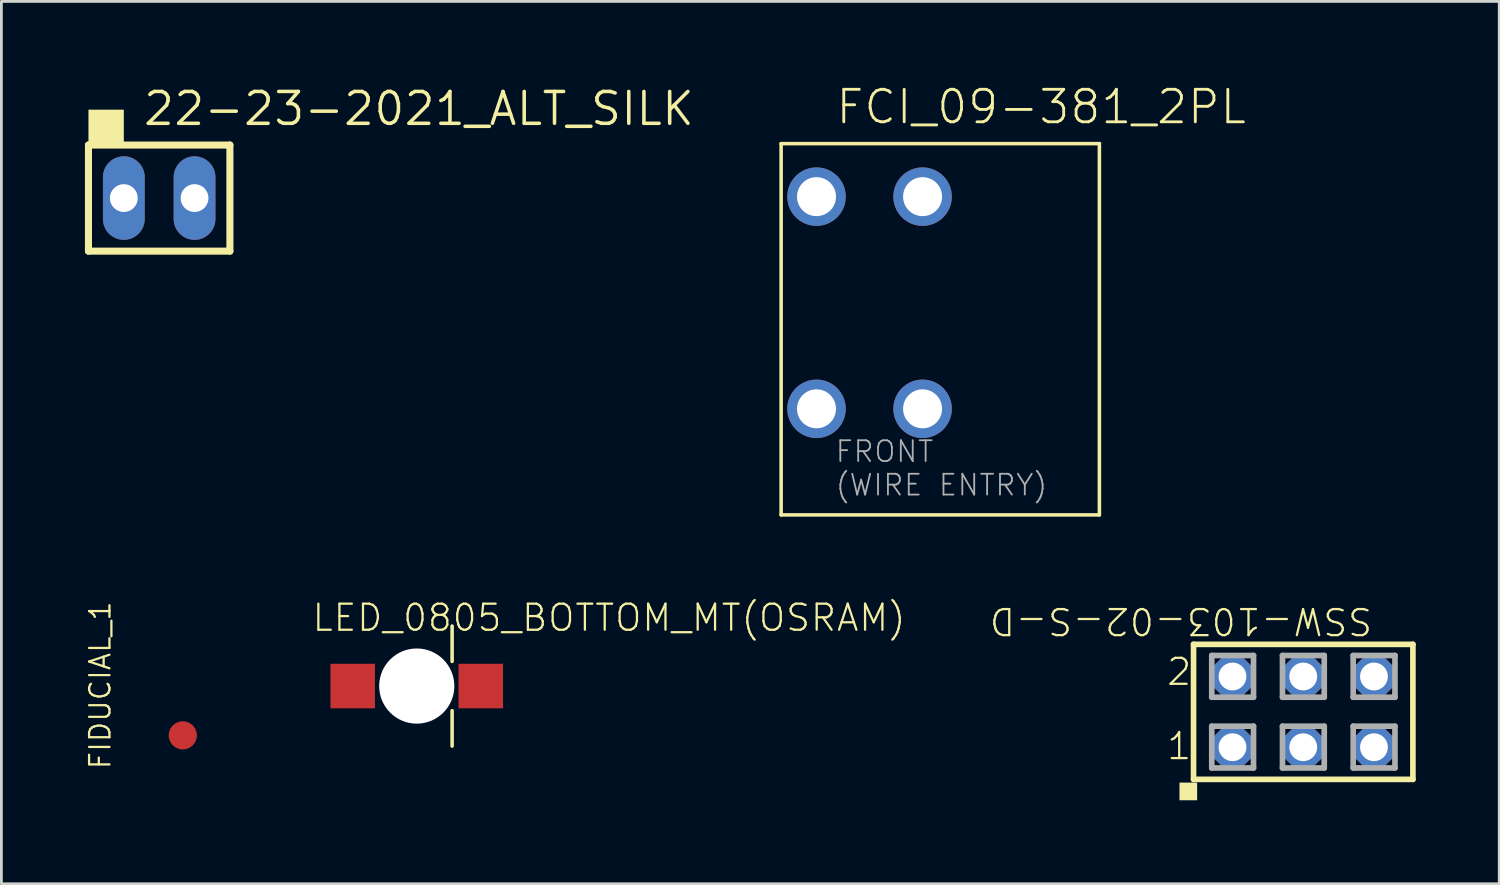
<source format=kicad_pcb>
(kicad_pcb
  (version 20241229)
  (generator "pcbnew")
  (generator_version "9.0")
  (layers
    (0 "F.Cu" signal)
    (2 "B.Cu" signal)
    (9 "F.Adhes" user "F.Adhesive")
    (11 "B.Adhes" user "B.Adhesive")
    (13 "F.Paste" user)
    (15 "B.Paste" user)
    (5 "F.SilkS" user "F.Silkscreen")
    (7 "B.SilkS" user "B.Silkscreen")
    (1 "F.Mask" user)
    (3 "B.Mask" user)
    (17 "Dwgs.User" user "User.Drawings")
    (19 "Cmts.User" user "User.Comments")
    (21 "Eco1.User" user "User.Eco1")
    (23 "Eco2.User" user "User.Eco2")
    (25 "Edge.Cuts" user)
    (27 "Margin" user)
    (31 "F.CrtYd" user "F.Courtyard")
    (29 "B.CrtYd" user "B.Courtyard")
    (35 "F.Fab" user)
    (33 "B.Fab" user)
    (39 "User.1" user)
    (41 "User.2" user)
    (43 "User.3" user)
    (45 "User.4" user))
  (footprint "FIDUCIAL_1"
    (layer "F.Cu")
    (at 3.515 23.361)
    (property "Reference" "FIDUCIAL_1" (at -2.54 1.27 90) (unlocked yes) (layer "F.SilkS") (effects (font (size 0.732 0.732) (thickness 0.081)) (justify left bottom)))
    (fp_circle (center 0 0) (end 0.5 0) (stroke (width 2.184) (type solid)) (fill no) (layer "F.Mask"))
    (pad "P$1" smd roundrect (at 0 0) (size 1.016 1.016) (layers "F.Cu" "F.Mask" "F.Paste") (roundrect_rratio 0.5))
    (zone (net_name "") (layer "F.Cu") (hatch edge 0.5) (connect_pads) (min_thickness 0.25) (filled_areas_thickness no) (keepout (tracks not_allowed) (vias not_allowed) (pads not_allowed) (copperpour not_allowed) (footprints allowed)) (placement (enabled no)) (fill) (polygon (pts (xy 5.079 23.361) (xy 5.059 23.11) (xy 4.998 22.865) (xy 4.9 22.634) (xy 4.765 22.421) (xy 4.598 22.233) (xy 4.404 22.074) (xy 4.186 21.948) (xy 3.95 21.859) (xy 3.704 21.808) (xy 3.452 21.798) (xy 3.203 21.829) (xy 2.961 21.899) (xy 2.734 22.007) (xy 2.527 22.149) (xy 2.345 22.324) (xy 2.194 22.525) (xy 2.077 22.748) (xy 1.997 22.986) (xy 1.957 23.235) (xy 1.957 23.486) (xy 1.997 23.735) (xy 2.077 23.973) (xy 2.194 24.196) (xy 2.345 24.397) (xy 2.527 24.572) (xy 2.734 24.715) (xy 2.961 24.822) (xy 3.203 24.892) (xy 3.452 24.923) (xy 3.704 24.913) (xy 3.95 24.862) (xy 4.186 24.773) (xy 4.404 24.647) (xy 4.598 24.488) (xy 4.765 24.3) (xy 4.9 24.087) (xy 4.998 23.856) (xy 5.059 23.611))) (polygon (pts (xy 4.952 23.361) (xy 4.932 23.124) (xy 4.874 22.894) (xy 4.779 22.677) (xy 4.649 22.478) (xy 4.488 22.304) (xy 4.301 22.158) (xy 4.092 22.045) (xy 3.868 21.968) (xy 3.634 21.929) (xy 3.397 21.929) (xy 3.163 21.968) (xy 2.938 22.045) (xy 2.73 22.158) (xy 2.542 22.304) (xy 2.382 22.478) (xy 2.252 22.677) (xy 2.157 22.894) (xy 2.098 23.124) (xy 2.079 23.361) (xy 2.098 23.597) (xy 2.157 23.827) (xy 2.252 24.044) (xy 2.382 24.243) (xy 2.542 24.417) (xy 2.73 24.563) (xy 2.938 24.676) (xy 3.163 24.753) (xy 3.397 24.792) (xy 3.634 24.792) (xy 3.868 24.753) (xy 4.092 24.676) (xy 4.301 24.563) (xy 4.488 24.417) (xy 4.649 24.243) (xy 4.779 24.044) (xy 4.874 23.827) (xy 4.932 23.597)))))
  (footprint "LED_0805_BOTTOM_MT(OSRAM)"
    (layer "F.Cu")
    (at 11.918 21.59)
    (property "Reference" "LED_0805_BOTTOM_MT(OSRAM)" (at -3.81 -1.905 0) (unlocked yes) (layer "F.SilkS") (effects (font (size 0.935 0.935) (thickness 0.081)) (justify left bottom)))
    (fp_line (start 1.27 -0.885) (end 1.27 -2.155) (stroke (width 0.127) (type solid)) (layer "F.SilkS"))
    (fp_line (start 1.27 0.885) (end 1.27 2.155) (stroke (width 0.127) (type solid)) (layer "F.SilkS"))
    (pad "" np_thru_hole circle (at 0 0) (size 2.7 2.7) (drill 2.7) (layers "*.Cu" "*.Mask"))
    (pad "A" smd rect (at -2.3 0) (size 1.6 1.6) (layers "F.Cu" "F.Mask" "F.Paste"))
    (pad "C" smd rect (at 2.3 0 180) (size 1.6 1.6) (layers "F.Cu" "F.Mask" "F.Paste")))
  (footprint "22-23-2021_ALT_SILK"
    (layer "F.Cu")
    (at 2.667 4.064)
    (property "Reference" "22-23-2021_ALT_SILK" (at -0.635 -2.54 0) (unlocked yes) (layer "F.SilkS") (effects (font (size 1.143 1.143) (thickness 0.127)) (justify left bottom)))
    (fp_line (start -2.54 -1.905) (end 2.54 -1.905) (stroke (width 0.254) (type solid)) (layer "F.SilkS"))
    (fp_line (start -2.54 1.905) (end -2.54 -1.905) (stroke (width 0.254) (type solid)) (layer "F.SilkS"))
    (fp_line (start 2.54 -1.905) (end 2.54 1.905) (stroke (width 0.254) (type solid)) (layer "F.SilkS"))
    (fp_line (start 2.54 1.905) (end -2.54 1.905) (stroke (width 0.254) (type solid)) (layer "F.SilkS"))
    (fp_poly (pts (xy -2.54 -1.905) (xy -1.27 -1.905) (xy -1.27 -3.175) (xy -2.54 -3.175)) (stroke (width 0) (type default)) (fill yes) (layer "F.SilkS"))
    (pad "1" thru_hole oval (at -1.27 0 90) (size 3 1.5) (drill 1) (layers "*.Cu" "*.Mask"))
    (pad "2" thru_hole oval (at 1.27 0 90) (size 3 1.5) (drill 1) (layers "*.Cu" "*.Mask")))
  (footprint "SSW-103-02-S-D"
    (layer "F.Cu")
    (at 43.756 22.517)
    (property "Reference" "SSW-103-02-S-D" (at 2.54 -3.81 180) (unlocked yes) (layer "F.SilkS") (effects (font (size 0.935 0.935) (thickness 0.081)) (justify left bottom)))
    (fp_line (start -3.939 -2.425) (end 3.939 -2.425) (stroke (width 0.203) (type solid)) (layer "F.SilkS"))
    (fp_line (start -3.939 2.425) (end -3.939 -2.425) (stroke (width 0.203) (type solid)) (layer "F.SilkS"))
    (fp_line (start 3.939 -2.425) (end 3.939 2.425) (stroke (width 0.203) (type solid)) (layer "F.SilkS"))
    (fp_line (start 3.939 2.425) (end -3.939 2.425) (stroke (width 0.203) (type solid)) (layer "F.SilkS"))
    (fp_poly (pts (xy -4.445 3.175) (xy -3.81 3.175) (xy -3.81 2.54) (xy -4.445 2.54)) (stroke (width 0) (type default)) (fill yes) (layer "F.SilkS"))
    (fp_line (start -3.285 -2.025) (end -1.785 -2.025) (stroke (width 0.203) (type solid)) (layer "F.Fab"))
    (fp_line (start -3.285 -0.525) (end -3.285 -2.025) (stroke (width 0.203) (type solid)) (layer "F.Fab"))
    (fp_line (start -3.285 0.515) (end -1.785 0.515) (stroke (width 0.203) (type solid)) (layer "F.Fab"))
    (fp_line (start -3.285 2.015) (end -3.285 0.515) (stroke (width 0.203) (type solid)) (layer "F.Fab"))
    (fp_line (start -1.785 -2.025) (end -1.785 -0.525) (stroke (width 0.203) (type solid)) (layer "F.Fab"))
    (fp_line (start -1.785 -0.525) (end -3.285 -0.525) (stroke (width 0.203) (type solid)) (layer "F.Fab"))
    (fp_line (start -1.785 0.515) (end -1.785 2.015) (stroke (width 0.203) (type solid)) (layer "F.Fab"))
    (fp_line (start -1.785 2.015) (end -3.285 2.015) (stroke (width 0.203) (type solid)) (layer "F.Fab"))
    (fp_line (start -0.745 -2.025) (end 0.755 -2.025) (stroke (width 0.203) (type solid)) (layer "F.Fab"))
    (fp_line (start -0.745 -0.525) (end -0.745 -2.025) (stroke (width 0.203) (type solid)) (layer "F.Fab"))
    (fp_line (start -0.745 0.515) (end 0.755 0.515) (stroke (width 0.203) (type solid)) (layer "F.Fab"))
    (fp_line (start -0.745 2.015) (end -0.745 0.515) (stroke (width 0.203) (type solid)) (layer "F.Fab"))
    (fp_line (start 0.755 -2.025) (end 0.755 -0.525) (stroke (width 0.203) (type solid)) (layer "F.Fab"))
    (fp_line (start 0.755 -0.525) (end -0.745 -0.525) (stroke (width 0.203) (type solid)) (layer "F.Fab"))
    (fp_line (start 0.755 0.515) (end 0.755 2.015) (stroke (width 0.203) (type solid)) (layer "F.Fab"))
    (fp_line (start 0.755 2.015) (end -0.745 2.015) (stroke (width 0.203) (type solid)) (layer "F.Fab"))
    (fp_line (start 1.795 -2.025) (end 3.295 -2.025) (stroke (width 0.203) (type solid)) (layer "F.Fab"))
    (fp_line (start 1.795 -0.525) (end 1.795 -2.025) (stroke (width 0.203) (type solid)) (layer "F.Fab"))
    (fp_line (start 1.795 0.515) (end 3.295 0.515) (stroke (width 0.203) (type solid)) (layer "F.Fab"))
    (fp_line (start 1.795 2.015) (end 1.795 0.515) (stroke (width 0.203) (type solid)) (layer "F.Fab"))
    (fp_line (start 3.295 -2.025) (end 3.295 -0.525) (stroke (width 0.203) (type solid)) (layer "F.Fab"))
    (fp_line (start 3.295 -0.525) (end 1.795 -0.525) (stroke (width 0.203) (type solid)) (layer "F.Fab"))
    (fp_line (start 3.295 0.515) (end 3.295 2.015) (stroke (width 0.203) (type solid)) (layer "F.Fab"))
    (fp_line (start 3.295 2.015) (end 1.795 2.015) (stroke (width 0.203) (type solid)) (layer "F.Fab"))
    (fp_text user "1" (at -4.953 1.778 0) (unlocked yes) (layer "F.SilkS") (effects (font (size 0.935 0.935) (thickness 0.081)) (justify left bottom)))
    (fp_text user "2" (at -4.953 -0.889 0) (unlocked yes) (layer "F.SilkS") (effects (font (size 0.935 0.935) (thickness 0.081)) (justify left bottom)))
    (pad "1" thru_hole roundrect (at -2.54 1.27) (size 1.5 1.5) (drill 1) (layers "*.Cu" "*.Mask") (roundrect_rratio 0.25) (chamfer_ratio 0.293) (chamfer top_left top_right bottom_left bottom_right))
    (pad "2" thru_hole roundrect (at -2.54 -1.27) (size 1.5 1.5) (drill 1) (layers "*.Cu" "*.Mask") (roundrect_rratio 0.25) (chamfer_ratio 0.293) (chamfer top_left top_right bottom_left bottom_right))
    (pad "3" thru_hole roundrect (at 0 1.27) (size 1.5 1.5) (drill 1) (layers "*.Cu" "*.Mask") (roundrect_rratio 0.25) (chamfer_ratio 0.293) (chamfer top_left top_right bottom_left bottom_right))
    (pad "4" thru_hole roundrect (at 0 -1.27) (size 1.5 1.5) (drill 1) (layers "*.Cu" "*.Mask") (roundrect_rratio 0.25) (chamfer_ratio 0.293) (chamfer top_left top_right bottom_left bottom_right))
    (pad "5" thru_hole roundrect (at 2.54 1.27) (size 1.5 1.5) (drill 1) (layers "*.Cu" "*.Mask") (roundrect_rratio 0.25) (chamfer_ratio 0.293) (chamfer top_left top_right bottom_left bottom_right))
    (pad "6" thru_hole roundrect (at 2.54 -1.27) (size 1.5 1.5) (drill 1) (layers "*.Cu" "*.Mask") (roundrect_rratio 0.25) (chamfer_ratio 0.293) (chamfer top_left top_right bottom_left bottom_right)))
  (footprint "FCI_09-381_2PL"
    (layer "F.Cu")
    (at 28.18 7.823)
    (property "Reference" "FCI_09-381_2PL" (at -1.27 -6.35 0) (unlocked yes) (layer "F.SilkS") (effects (font (size 1.168 1.168) (thickness 0.102)) (justify left bottom)))
    (fp_line (start -3.175 -5.715) (end 8.255 -5.715) (stroke (width 0.127) (type solid)) (layer "F.SilkS"))
    (fp_line (start -3.175 7.62) (end -3.175 -5.715) (stroke (width 0.127) (type solid)) (layer "F.SilkS"))
    (fp_line (start -3.175 7.62) (end 8.255 7.62) (stroke (width 0.127) (type solid)) (layer "F.SilkS"))
    (fp_line (start 8.255 7.62) (end 8.255 -5.715) (stroke (width 0.127) (type solid)) (layer "F.SilkS"))
    (fp_text user "FRONT\n(WIRE ENTRY)" (at -1.27 6.985 0) (unlocked yes) (layer "F.Fab") (effects (font (size 0.748 0.748) (thickness 0.065)) (justify left bottom)))
    (pad "1A" thru_hole circle (at -1.905 3.81) (size 2.1 2.1) (drill 1.4) (layers "*.Cu" "*.Mask"))
    (pad "1B" thru_hole circle (at -1.905 -3.81) (size 2.1 2.1) (drill 1.4) (layers "*.Cu" "*.Mask"))
    (pad "2A" thru_hole circle (at 1.905 3.81) (size 2.1 2.1) (drill 1.4) (layers "*.Cu" "*.Mask"))
    (pad "2B" thru_hole circle (at 1.905 -3.81) (size 2.1 2.1) (drill 1.4) (layers "*.Cu" "*.Mask")))
  (gr_rect
    (start -3 -3)
    (end 50.796 28.692)
    (stroke (width 0.1) (type default))
    (fill no)
    (layer "Edge.Cuts")))
</source>
